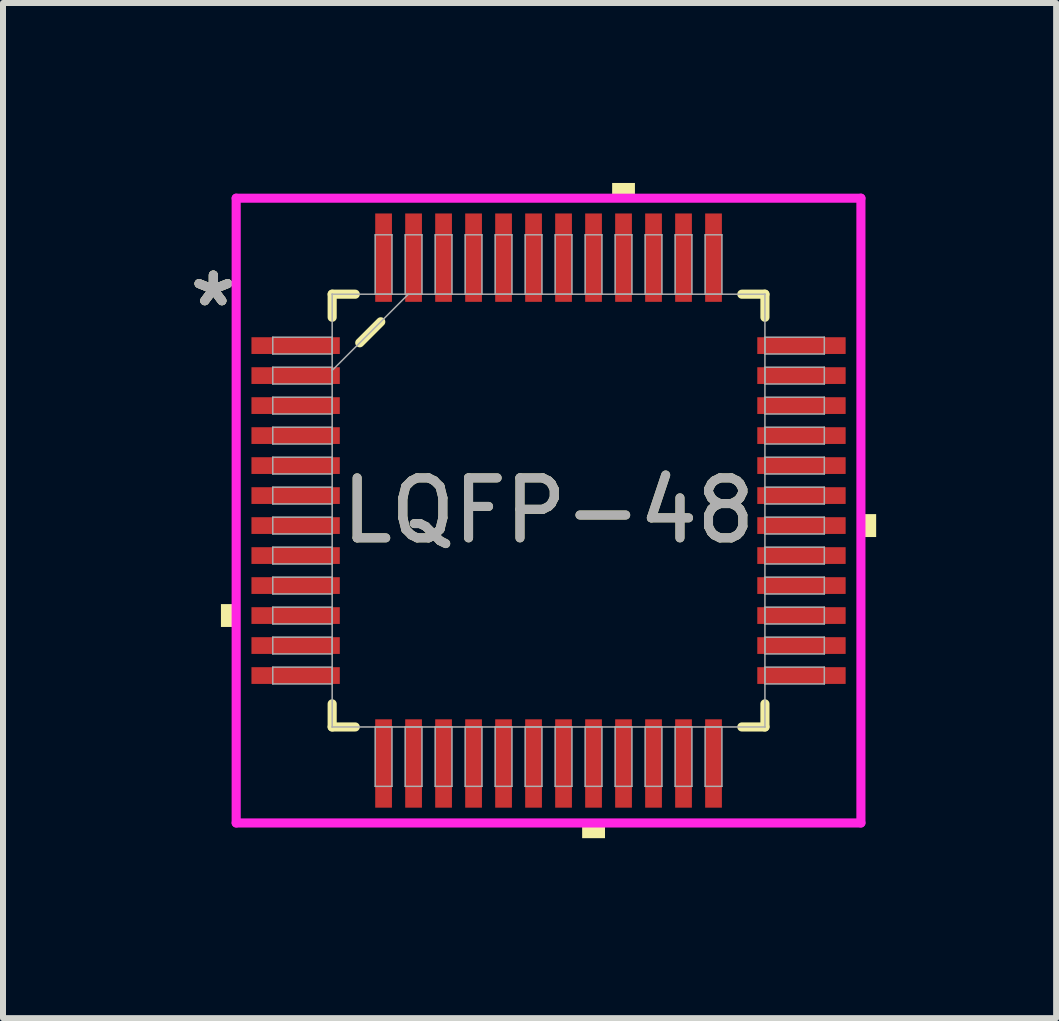
<source format=kicad_pcb>
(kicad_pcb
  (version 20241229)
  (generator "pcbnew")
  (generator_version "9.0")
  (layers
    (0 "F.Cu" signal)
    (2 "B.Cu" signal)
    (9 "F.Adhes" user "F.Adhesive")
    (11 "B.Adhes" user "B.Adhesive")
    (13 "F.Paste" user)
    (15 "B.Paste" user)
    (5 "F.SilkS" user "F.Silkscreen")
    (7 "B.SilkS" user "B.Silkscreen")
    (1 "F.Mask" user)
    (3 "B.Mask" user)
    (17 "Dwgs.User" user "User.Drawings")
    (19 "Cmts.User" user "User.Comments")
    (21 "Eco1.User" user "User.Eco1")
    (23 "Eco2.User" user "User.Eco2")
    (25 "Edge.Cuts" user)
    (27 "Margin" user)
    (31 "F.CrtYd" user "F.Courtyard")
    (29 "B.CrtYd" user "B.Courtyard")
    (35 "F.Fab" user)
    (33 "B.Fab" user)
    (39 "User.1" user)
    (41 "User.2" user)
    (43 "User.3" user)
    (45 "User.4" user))
  (footprint "LQFP-48"
    (layer "F.Cu")
    (at 6.094 5.461)
    (property "Reference" "LQFP-48" (at 0 0 0) (unlocked yes) (layer "F.SilkS") (effects (font (size 1 1) (thickness 0.15))))
    (attr smd)
    (fp_line (start -3.607 -3.607) (end -3.607 -3.222) (stroke (width 0.152) (type solid)) (layer "F.SilkS"))
    (fp_line (start -3.607 3.222) (end -3.607 3.607) (stroke (width 0.152) (type solid)) (layer "F.SilkS"))
    (fp_line (start -3.607 3.607) (end -3.222 3.607) (stroke (width 0.152) (type solid)) (layer "F.SilkS"))
    (fp_line (start -3.222 -3.607) (end -3.607 -3.607) (stroke (width 0.152) (type solid)) (layer "F.SilkS"))
    (fp_line (start -3.147 -2.797) (end -2.797 -3.147) (stroke (width 0.152) (type solid)) (layer "F.SilkS"))
    (fp_line (start 3.222 3.607) (end 3.607 3.607) (stroke (width 0.152) (type solid)) (layer "F.SilkS"))
    (fp_line (start 3.607 -3.607) (end 3.222 -3.607) (stroke (width 0.152) (type solid)) (layer "F.SilkS"))
    (fp_line (start 3.607 -3.222) (end 3.607 -3.607) (stroke (width 0.152) (type solid)) (layer "F.SilkS"))
    (fp_line (start 3.607 3.607) (end 3.607 3.222) (stroke (width 0.152) (type solid)) (layer "F.SilkS"))
    (fp_poly (pts (xy -5.461 1.559) (xy -5.461 1.94) (xy -5.207 1.94) (xy -5.207 1.559)) (stroke (width 0) (type solid)) (fill yes) (layer "F.SilkS"))
    (fp_poly (pts (xy 0.56 5.207) (xy 0.56 5.461) (xy 0.941 5.461) (xy 0.941 5.207)) (stroke (width 0) (type solid)) (fill yes) (layer "F.SilkS"))
    (fp_poly (pts (xy 1.06 -5.207) (xy 1.06 -5.461) (xy 1.44 -5.461) (xy 1.44 -5.207)) (stroke (width 0) (type solid)) (fill yes) (layer "F.SilkS"))
    (fp_poly (pts (xy 5.461 0.059) (xy 5.461 0.441) (xy 5.207 0.441) (xy 5.207 0.059)) (stroke (width 0) (type solid)) (fill yes) (layer "F.SilkS"))
    (fp_line (start -5.207 -5.207) (end 5.207 -5.207) (stroke (width 0.152) (type solid)) (layer "F.CrtYd"))
    (fp_line (start -5.207 5.207) (end -5.207 -5.207) (stroke (width 0.152) (type solid)) (layer "F.CrtYd"))
    (fp_line (start 5.207 -5.207) (end 5.207 5.207) (stroke (width 0.152) (type solid)) (layer "F.CrtYd"))
    (fp_line (start 5.207 5.207) (end -5.207 5.207) (stroke (width 0.152) (type solid)) (layer "F.CrtYd"))
    (fp_line (start -4.597 -2.89) (end -4.597 -2.61) (stroke (width 0.025) (type solid)) (layer "F.Fab"))
    (fp_line (start -4.597 -2.61) (end -3.607 -2.61) (stroke (width 0.025) (type solid)) (layer "F.Fab"))
    (fp_line (start -4.597 -2.39) (end -4.597 -2.11) (stroke (width 0.025) (type solid)) (layer "F.Fab"))
    (fp_line (start -4.597 -2.11) (end -3.607 -2.11) (stroke (width 0.025) (type solid)) (layer "F.Fab"))
    (fp_line (start -4.597 -1.89) (end -4.597 -1.61) (stroke (width 0.025) (type solid)) (layer "F.Fab"))
    (fp_line (start -4.597 -1.61) (end -3.607 -1.61) (stroke (width 0.025) (type solid)) (layer "F.Fab"))
    (fp_line (start -4.597 -1.39) (end -4.597 -1.11) (stroke (width 0.025) (type solid)) (layer "F.Fab"))
    (fp_line (start -4.597 -1.11) (end -3.607 -1.11) (stroke (width 0.025) (type solid)) (layer "F.Fab"))
    (fp_line (start -4.597 -0.89) (end -4.597 -0.61) (stroke (width 0.025) (type solid)) (layer "F.Fab"))
    (fp_line (start -4.597 -0.61) (end -3.607 -0.61) (stroke (width 0.025) (type solid)) (layer "F.Fab"))
    (fp_line (start -4.597 -0.39) (end -4.597 -0.11) (stroke (width 0.025) (type solid)) (layer "F.Fab"))
    (fp_line (start -4.597 -0.11) (end -3.607 -0.11) (stroke (width 0.025) (type solid)) (layer "F.Fab"))
    (fp_line (start -4.597 0.11) (end -4.597 0.39) (stroke (width 0.025) (type solid)) (layer "F.Fab"))
    (fp_line (start -4.597 0.39) (end -3.607 0.39) (stroke (width 0.025) (type solid)) (layer "F.Fab"))
    (fp_line (start -4.597 0.61) (end -4.597 0.89) (stroke (width 0.025) (type solid)) (layer "F.Fab"))
    (fp_line (start -4.597 0.89) (end -3.607 0.89) (stroke (width 0.025) (type solid)) (layer "F.Fab"))
    (fp_line (start -4.597 1.11) (end -4.597 1.39) (stroke (width 0.025) (type solid)) (layer "F.Fab"))
    (fp_line (start -4.597 1.39) (end -3.607 1.39) (stroke (width 0.025) (type solid)) (layer "F.Fab"))
    (fp_line (start -4.597 1.61) (end -4.597 1.89) (stroke (width 0.025) (type solid)) (layer "F.Fab"))
    (fp_line (start -4.597 1.89) (end -3.607 1.89) (stroke (width 0.025) (type solid)) (layer "F.Fab"))
    (fp_line (start -4.597 2.11) (end -4.597 2.39) (stroke (width 0.025) (type solid)) (layer "F.Fab"))
    (fp_line (start -4.597 2.39) (end -3.607 2.39) (stroke (width 0.025) (type solid)) (layer "F.Fab"))
    (fp_line (start -4.597 2.61) (end -4.597 2.89) (stroke (width 0.025) (type solid)) (layer "F.Fab"))
    (fp_line (start -4.597 2.89) (end -3.607 2.89) (stroke (width 0.025) (type solid)) (layer "F.Fab"))
    (fp_line (start -3.607 -3.607) (end -3.607 -3.607) (stroke (width 0.025) (type solid)) (layer "F.Fab"))
    (fp_line (start -3.607 -3.607) (end -3.607 3.607) (stroke (width 0.025) (type solid)) (layer "F.Fab"))
    (fp_line (start -3.607 -2.89) (end -4.597 -2.89) (stroke (width 0.025) (type solid)) (layer "F.Fab"))
    (fp_line (start -3.607 -2.61) (end -3.607 -2.89) (stroke (width 0.025) (type solid)) (layer "F.Fab"))
    (fp_line (start -3.607 -2.39) (end -4.597 -2.39) (stroke (width 0.025) (type solid)) (layer "F.Fab"))
    (fp_line (start -3.607 -2.337) (end -2.337 -3.607) (stroke (width 0.025) (type solid)) (layer "F.Fab"))
    (fp_line (start -3.607 -2.11) (end -3.607 -2.39) (stroke (width 0.025) (type solid)) (layer "F.Fab"))
    (fp_line (start -3.607 -1.89) (end -4.597 -1.89) (stroke (width 0.025) (type solid)) (layer "F.Fab"))
    (fp_line (start -3.607 -1.61) (end -3.607 -1.89) (stroke (width 0.025) (type solid)) (layer "F.Fab"))
    (fp_line (start -3.607 -1.39) (end -4.597 -1.39) (stroke (width 0.025) (type solid)) (layer "F.Fab"))
    (fp_line (start -3.607 -1.11) (end -3.607 -1.39) (stroke (width 0.025) (type solid)) (layer "F.Fab"))
    (fp_line (start -3.607 -0.89) (end -4.597 -0.89) (stroke (width 0.025) (type solid)) (layer "F.Fab"))
    (fp_line (start -3.607 -0.61) (end -3.607 -0.89) (stroke (width 0.025) (type solid)) (layer "F.Fab"))
    (fp_line (start -3.607 -0.39) (end -4.597 -0.39) (stroke (width 0.025) (type solid)) (layer "F.Fab"))
    (fp_line (start -3.607 -0.11) (end -3.607 -0.39) (stroke (width 0.025) (type solid)) (layer "F.Fab"))
    (fp_line (start -3.607 0.11) (end -4.597 0.11) (stroke (width 0.025) (type solid)) (layer "F.Fab"))
    (fp_line (start -3.607 0.39) (end -3.607 0.11) (stroke (width 0.025) (type solid)) (layer "F.Fab"))
    (fp_line (start -3.607 0.61) (end -4.597 0.61) (stroke (width 0.025) (type solid)) (layer "F.Fab"))
    (fp_line (start -3.607 0.89) (end -3.607 0.61) (stroke (width 0.025) (type solid)) (layer "F.Fab"))
    (fp_line (start -3.607 1.11) (end -4.597 1.11) (stroke (width 0.025) (type solid)) (layer "F.Fab"))
    (fp_line (start -3.607 1.39) (end -3.607 1.11) (stroke (width 0.025) (type solid)) (layer "F.Fab"))
    (fp_line (start -3.607 1.61) (end -4.597 1.61) (stroke (width 0.025) (type solid)) (layer "F.Fab"))
    (fp_line (start -3.607 1.89) (end -3.607 1.61) (stroke (width 0.025) (type solid)) (layer "F.Fab"))
    (fp_line (start -3.607 2.11) (end -4.597 2.11) (stroke (width 0.025) (type solid)) (layer "F.Fab"))
    (fp_line (start -3.607 2.39) (end -3.607 2.11) (stroke (width 0.025) (type solid)) (layer "F.Fab"))
    (fp_line (start -3.607 2.61) (end -4.597 2.61) (stroke (width 0.025) (type solid)) (layer "F.Fab"))
    (fp_line (start -3.607 2.89) (end -3.607 2.61) (stroke (width 0.025) (type solid)) (layer "F.Fab"))
    (fp_line (start -3.607 3.607) (end -3.607 3.607) (stroke (width 0.025) (type solid)) (layer "F.Fab"))
    (fp_line (start -3.607 3.607) (end 3.607 3.607) (stroke (width 0.025) (type solid)) (layer "F.Fab"))
    (fp_line (start -2.89 -4.597) (end -2.89 -3.607) (stroke (width 0.025) (type solid)) (layer "F.Fab"))
    (fp_line (start -2.89 -3.607) (end -2.61 -3.607) (stroke (width 0.025) (type solid)) (layer "F.Fab"))
    (fp_line (start -2.89 3.607) (end -2.89 4.597) (stroke (width 0.025) (type solid)) (layer "F.Fab"))
    (fp_line (start -2.89 4.597) (end -2.61 4.597) (stroke (width 0.025) (type solid)) (layer "F.Fab"))
    (fp_line (start -2.61 -4.597) (end -2.89 -4.597) (stroke (width 0.025) (type solid)) (layer "F.Fab"))
    (fp_line (start -2.61 -3.607) (end -2.61 -4.597) (stroke (width 0.025) (type solid)) (layer "F.Fab"))
    (fp_line (start -2.61 3.607) (end -2.89 3.607) (stroke (width 0.025) (type solid)) (layer "F.Fab"))
    (fp_line (start -2.61 4.597) (end -2.61 3.607) (stroke (width 0.025) (type solid)) (layer "F.Fab"))
    (fp_line (start -2.39 -4.597) (end -2.39 -3.607) (stroke (width 0.025) (type solid)) (layer "F.Fab"))
    (fp_line (start -2.39 -3.607) (end -2.11 -3.607) (stroke (width 0.025) (type solid)) (layer "F.Fab"))
    (fp_line (start -2.39 3.607) (end -2.39 4.597) (stroke (width 0.025) (type solid)) (layer "F.Fab"))
    (fp_line (start -2.39 4.597) (end -2.11 4.597) (stroke (width 0.025) (type solid)) (layer "F.Fab"))
    (fp_line (start -2.11 -4.597) (end -2.39 -4.597) (stroke (width 0.025) (type solid)) (layer "F.Fab"))
    (fp_line (start -2.11 -3.607) (end -2.11 -4.597) (stroke (width 0.025) (type solid)) (layer "F.Fab"))
    (fp_line (start -2.11 3.607) (end -2.39 3.607) (stroke (width 0.025) (type solid)) (layer "F.Fab"))
    (fp_line (start -2.11 4.597) (end -2.11 3.607) (stroke (width 0.025) (type solid)) (layer "F.Fab"))
    (fp_line (start -1.89 -4.597) (end -1.89 -3.607) (stroke (width 0.025) (type solid)) (layer "F.Fab"))
    (fp_line (start -1.89 -3.607) (end -1.61 -3.607) (stroke (width 0.025) (type solid)) (layer "F.Fab"))
    (fp_line (start -1.89 3.607) (end -1.89 4.597) (stroke (width 0.025) (type solid)) (layer "F.Fab"))
    (fp_line (start -1.89 4.597) (end -1.61 4.597) (stroke (width 0.025) (type solid)) (layer "F.Fab"))
    (fp_line (start -1.61 -4.597) (end -1.89 -4.597) (stroke (width 0.025) (type solid)) (layer "F.Fab"))
    (fp_line (start -1.61 -3.607) (end -1.61 -4.597) (stroke (width 0.025) (type solid)) (layer "F.Fab"))
    (fp_line (start -1.61 3.607) (end -1.89 3.607) (stroke (width 0.025) (type solid)) (layer "F.Fab"))
    (fp_line (start -1.61 4.597) (end -1.61 3.607) (stroke (width 0.025) (type solid)) (layer "F.Fab"))
    (fp_line (start -1.39 -4.597) (end -1.39 -3.607) (stroke (width 0.025) (type solid)) (layer "F.Fab"))
    (fp_line (start -1.39 -3.607) (end -1.11 -3.607) (stroke (width 0.025) (type solid)) (layer "F.Fab"))
    (fp_line (start -1.39 3.607) (end -1.39 4.597) (stroke (width 0.025) (type solid)) (layer "F.Fab"))
    (fp_line (start -1.39 4.597) (end -1.11 4.597) (stroke (width 0.025) (type solid)) (layer "F.Fab"))
    (fp_line (start -1.11 -4.597) (end -1.39 -4.597) (stroke (width 0.025) (type solid)) (layer "F.Fab"))
    (fp_line (start -1.11 -3.607) (end -1.11 -4.597) (stroke (width 0.025) (type solid)) (layer "F.Fab"))
    (fp_line (start -1.11 3.607) (end -1.39 3.607) (stroke (width 0.025) (type solid)) (layer "F.Fab"))
    (fp_line (start -1.11 4.597) (end -1.11 3.607) (stroke (width 0.025) (type solid)) (layer "F.Fab"))
    (fp_line (start -0.89 -4.597) (end -0.89 -3.607) (stroke (width 0.025) (type solid)) (layer "F.Fab"))
    (fp_line (start -0.89 -3.607) (end -0.61 -3.607) (stroke (width 0.025) (type solid)) (layer "F.Fab"))
    (fp_line (start -0.89 3.607) (end -0.89 4.597) (stroke (width 0.025) (type solid)) (layer "F.Fab"))
    (fp_line (start -0.89 4.597) (end -0.61 4.597) (stroke (width 0.025) (type solid)) (layer "F.Fab"))
    (fp_line (start -0.61 -4.597) (end -0.89 -4.597) (stroke (width 0.025) (type solid)) (layer "F.Fab"))
    (fp_line (start -0.61 -3.607) (end -0.61 -4.597) (stroke (width 0.025) (type solid)) (layer "F.Fab"))
    (fp_line (start -0.61 3.607) (end -0.89 3.607) (stroke (width 0.025) (type solid)) (layer "F.Fab"))
    (fp_line (start -0.61 4.597) (end -0.61 3.607) (stroke (width 0.025) (type solid)) (layer "F.Fab"))
    (fp_line (start -0.39 -4.597) (end -0.39 -3.607) (stroke (width 0.025) (type solid)) (layer "F.Fab"))
    (fp_line (start -0.39 -3.607) (end -0.11 -3.607) (stroke (width 0.025) (type solid)) (layer "F.Fab"))
    (fp_line (start -0.39 3.607) (end -0.39 4.597) (stroke (width 0.025) (type solid)) (layer "F.Fab"))
    (fp_line (start -0.39 4.597) (end -0.11 4.597) (stroke (width 0.025) (type solid)) (layer "F.Fab"))
    (fp_line (start -0.11 -4.597) (end -0.39 -4.597) (stroke (width 0.025) (type solid)) (layer "F.Fab"))
    (fp_line (start -0.11 -3.607) (end -0.11 -4.597) (stroke (width 0.025) (type solid)) (layer "F.Fab"))
    (fp_line (start -0.11 3.607) (end -0.39 3.607) (stroke (width 0.025) (type solid)) (layer "F.Fab"))
    (fp_line (start -0.11 4.597) (end -0.11 3.607) (stroke (width 0.025) (type solid)) (layer "F.Fab"))
    (fp_line (start 0.11 -4.597) (end 0.11 -3.607) (stroke (width 0.025) (type solid)) (layer "F.Fab"))
    (fp_line (start 0.11 -3.607) (end 0.39 -3.607) (stroke (width 0.025) (type solid)) (layer "F.Fab"))
    (fp_line (start 0.11 3.607) (end 0.11 4.597) (stroke (width 0.025) (type solid)) (layer "F.Fab"))
    (fp_line (start 0.11 4.597) (end 0.39 4.597) (stroke (width 0.025) (type solid)) (layer "F.Fab"))
    (fp_line (start 0.39 -4.597) (end 0.11 -4.597) (stroke (width 0.025) (type solid)) (layer "F.Fab"))
    (fp_line (start 0.39 -3.607) (end 0.39 -4.597) (stroke (width 0.025) (type solid)) (layer "F.Fab"))
    (fp_line (start 0.39 3.607) (end 0.11 3.607) (stroke (width 0.025) (type solid)) (layer "F.Fab"))
    (fp_line (start 0.39 4.597) (end 0.39 3.607) (stroke (width 0.025) (type solid)) (layer "F.Fab"))
    (fp_line (start 0.61 -4.597) (end 0.61 -3.607) (stroke (width 0.025) (type solid)) (layer "F.Fab"))
    (fp_line (start 0.61 -3.607) (end 0.89 -3.607) (stroke (width 0.025) (type solid)) (layer "F.Fab"))
    (fp_line (start 0.61 3.607) (end 0.61 4.597) (stroke (width 0.025) (type solid)) (layer "F.Fab"))
    (fp_line (start 0.61 4.597) (end 0.89 4.597) (stroke (width 0.025) (type solid)) (layer "F.Fab"))
    (fp_line (start 0.89 -4.597) (end 0.61 -4.597) (stroke (width 0.025) (type solid)) (layer "F.Fab"))
    (fp_line (start 0.89 -3.607) (end 0.89 -4.597) (stroke (width 0.025) (type solid)) (layer "F.Fab"))
    (fp_line (start 0.89 3.607) (end 0.61 3.607) (stroke (width 0.025) (type solid)) (layer "F.Fab"))
    (fp_line (start 0.89 4.597) (end 0.89 3.607) (stroke (width 0.025) (type solid)) (layer "F.Fab"))
    (fp_line (start 1.11 -4.597) (end 1.11 -3.607) (stroke (width 0.025) (type solid)) (layer "F.Fab"))
    (fp_line (start 1.11 -3.607) (end 1.39 -3.607) (stroke (width 0.025) (type solid)) (layer "F.Fab"))
    (fp_line (start 1.11 3.607) (end 1.11 4.597) (stroke (width 0.025) (type solid)) (layer "F.Fab"))
    (fp_line (start 1.11 4.597) (end 1.39 4.597) (stroke (width 0.025) (type solid)) (layer "F.Fab"))
    (fp_line (start 1.39 -4.597) (end 1.11 -4.597) (stroke (width 0.025) (type solid)) (layer "F.Fab"))
    (fp_line (start 1.39 -3.607) (end 1.39 -4.597) (stroke (width 0.025) (type solid)) (layer "F.Fab"))
    (fp_line (start 1.39 3.607) (end 1.11 3.607) (stroke (width 0.025) (type solid)) (layer "F.Fab"))
    (fp_line (start 1.39 4.597) (end 1.39 3.607) (stroke (width 0.025) (type solid)) (layer "F.Fab"))
    (fp_line (start 1.61 -4.597) (end 1.61 -3.607) (stroke (width 0.025) (type solid)) (layer "F.Fab"))
    (fp_line (start 1.61 -3.607) (end 1.89 -3.607) (stroke (width 0.025) (type solid)) (layer "F.Fab"))
    (fp_line (start 1.61 3.607) (end 1.61 4.597) (stroke (width 0.025) (type solid)) (layer "F.Fab"))
    (fp_line (start 1.61 4.597) (end 1.89 4.597) (stroke (width 0.025) (type solid)) (layer "F.Fab"))
    (fp_line (start 1.89 -4.597) (end 1.61 -4.597) (stroke (width 0.025) (type solid)) (layer "F.Fab"))
    (fp_line (start 1.89 -3.607) (end 1.89 -4.597) (stroke (width 0.025) (type solid)) (layer "F.Fab"))
    (fp_line (start 1.89 3.607) (end 1.61 3.607) (stroke (width 0.025) (type solid)) (layer "F.Fab"))
    (fp_line (start 1.89 4.597) (end 1.89 3.607) (stroke (width 0.025) (type solid)) (layer "F.Fab"))
    (fp_line (start 2.11 -4.597) (end 2.11 -3.607) (stroke (width 0.025) (type solid)) (layer "F.Fab"))
    (fp_line (start 2.11 -3.607) (end 2.39 -3.607) (stroke (width 0.025) (type solid)) (layer "F.Fab"))
    (fp_line (start 2.11 3.607) (end 2.11 4.597) (stroke (width 0.025) (type solid)) (layer "F.Fab"))
    (fp_line (start 2.11 4.597) (end 2.39 4.597) (stroke (width 0.025) (type solid)) (layer "F.Fab"))
    (fp_line (start 2.39 -4.597) (end 2.11 -4.597) (stroke (width 0.025) (type solid)) (layer "F.Fab"))
    (fp_line (start 2.39 -3.607) (end 2.39 -4.597) (stroke (width 0.025) (type solid)) (layer "F.Fab"))
    (fp_line (start 2.39 3.607) (end 2.11 3.607) (stroke (width 0.025) (type solid)) (layer "F.Fab"))
    (fp_line (start 2.39 4.597) (end 2.39 3.607) (stroke (width 0.025) (type solid)) (layer "F.Fab"))
    (fp_line (start 2.61 -4.597) (end 2.61 -3.607) (stroke (width 0.025) (type solid)) (layer "F.Fab"))
    (fp_line (start 2.61 -3.607) (end 2.89 -3.607) (stroke (width 0.025) (type solid)) (layer "F.Fab"))
    (fp_line (start 2.61 3.607) (end 2.61 4.597) (stroke (width 0.025) (type solid)) (layer "F.Fab"))
    (fp_line (start 2.61 4.597) (end 2.89 4.597) (stroke (width 0.025) (type solid)) (layer "F.Fab"))
    (fp_line (start 2.89 -4.597) (end 2.61 -4.597) (stroke (width 0.025) (type solid)) (layer "F.Fab"))
    (fp_line (start 2.89 -3.607) (end 2.89 -4.597) (stroke (width 0.025) (type solid)) (layer "F.Fab"))
    (fp_line (start 2.89 3.607) (end 2.61 3.607) (stroke (width 0.025) (type solid)) (layer "F.Fab"))
    (fp_line (start 2.89 4.597) (end 2.89 3.607) (stroke (width 0.025) (type solid)) (layer "F.Fab"))
    (fp_line (start 3.607 -3.607) (end -3.607 -3.607) (stroke (width 0.025) (type solid)) (layer "F.Fab"))
    (fp_line (start 3.607 -3.607) (end 3.607 -3.607) (stroke (width 0.025) (type solid)) (layer "F.Fab"))
    (fp_line (start 3.607 -2.89) (end 3.607 -2.61) (stroke (width 0.025) (type solid)) (layer "F.Fab"))
    (fp_line (start 3.607 -2.61) (end 4.597 -2.61) (stroke (width 0.025) (type solid)) (layer "F.Fab"))
    (fp_line (start 3.607 -2.39) (end 3.607 -2.11) (stroke (width 0.025) (type solid)) (layer "F.Fab"))
    (fp_line (start 3.607 -2.11) (end 4.597 -2.11) (stroke (width 0.025) (type solid)) (layer "F.Fab"))
    (fp_line (start 3.607 -1.89) (end 3.607 -1.61) (stroke (width 0.025) (type solid)) (layer "F.Fab"))
    (fp_line (start 3.607 -1.61) (end 4.597 -1.61) (stroke (width 0.025) (type solid)) (layer "F.Fab"))
    (fp_line (start 3.607 -1.39) (end 3.607 -1.11) (stroke (width 0.025) (type solid)) (layer "F.Fab"))
    (fp_line (start 3.607 -1.11) (end 4.597 -1.11) (stroke (width 0.025) (type solid)) (layer "F.Fab"))
    (fp_line (start 3.607 -0.89) (end 3.607 -0.61) (stroke (width 0.025) (type solid)) (layer "F.Fab"))
    (fp_line (start 3.607 -0.61) (end 4.597 -0.61) (stroke (width 0.025) (type solid)) (layer "F.Fab"))
    (fp_line (start 3.607 -0.39) (end 3.607 -0.11) (stroke (width 0.025) (type solid)) (layer "F.Fab"))
    (fp_line (start 3.607 -0.11) (end 4.597 -0.11) (stroke (width 0.025) (type solid)) (layer "F.Fab"))
    (fp_line (start 3.607 0.11) (end 3.607 0.39) (stroke (width 0.025) (type solid)) (layer "F.Fab"))
    (fp_line (start 3.607 0.39) (end 4.597 0.39) (stroke (width 0.025) (type solid)) (layer "F.Fab"))
    (fp_line (start 3.607 0.61) (end 3.607 0.89) (stroke (width 0.025) (type solid)) (layer "F.Fab"))
    (fp_line (start 3.607 0.89) (end 4.597 0.89) (stroke (width 0.025) (type solid)) (layer "F.Fab"))
    (fp_line (start 3.607 1.11) (end 3.607 1.39) (stroke (width 0.025) (type solid)) (layer "F.Fab"))
    (fp_line (start 3.607 1.39) (end 4.597 1.39) (stroke (width 0.025) (type solid)) (layer "F.Fab"))
    (fp_line (start 3.607 1.61) (end 3.607 1.89) (stroke (width 0.025) (type solid)) (layer "F.Fab"))
    (fp_line (start 3.607 1.89) (end 4.597 1.89) (stroke (width 0.025) (type solid)) (layer "F.Fab"))
    (fp_line (start 3.607 2.11) (end 3.607 2.39) (stroke (width 0.025) (type solid)) (layer "F.Fab"))
    (fp_line (start 3.607 2.39) (end 4.597 2.39) (stroke (width 0.025) (type solid)) (layer "F.Fab"))
    (fp_line (start 3.607 2.61) (end 3.607 2.89) (stroke (width 0.025) (type solid)) (layer "F.Fab"))
    (fp_line (start 3.607 2.89) (end 4.597 2.89) (stroke (width 0.025) (type solid)) (layer "F.Fab"))
    (fp_line (start 3.607 3.607) (end 3.607 -3.607) (stroke (width 0.025) (type solid)) (layer "F.Fab"))
    (fp_line (start 3.607 3.607) (end 3.607 3.607) (stroke (width 0.025) (type solid)) (layer "F.Fab"))
    (fp_line (start 4.597 -2.89) (end 3.607 -2.89) (stroke (width 0.025) (type solid)) (layer "F.Fab"))
    (fp_line (start 4.597 -2.61) (end 4.597 -2.89) (stroke (width 0.025) (type solid)) (layer "F.Fab"))
    (fp_line (start 4.597 -2.39) (end 3.607 -2.39) (stroke (width 0.025) (type solid)) (layer "F.Fab"))
    (fp_line (start 4.597 -2.11) (end 4.597 -2.39) (stroke (width 0.025) (type solid)) (layer "F.Fab"))
    (fp_line (start 4.597 -1.89) (end 3.607 -1.89) (stroke (width 0.025) (type solid)) (layer "F.Fab"))
    (fp_line (start 4.597 -1.61) (end 4.597 -1.89) (stroke (width 0.025) (type solid)) (layer "F.Fab"))
    (fp_line (start 4.597 -1.39) (end 3.607 -1.39) (stroke (width 0.025) (type solid)) (layer "F.Fab"))
    (fp_line (start 4.597 -1.11) (end 4.597 -1.39) (stroke (width 0.025) (type solid)) (layer "F.Fab"))
    (fp_line (start 4.597 -0.89) (end 3.607 -0.89) (stroke (width 0.025) (type solid)) (layer "F.Fab"))
    (fp_line (start 4.597 -0.61) (end 4.597 -0.89) (stroke (width 0.025) (type solid)) (layer "F.Fab"))
    (fp_line (start 4.597 -0.39) (end 3.607 -0.39) (stroke (width 0.025) (type solid)) (layer "F.Fab"))
    (fp_line (start 4.597 -0.11) (end 4.597 -0.39) (stroke (width 0.025) (type solid)) (layer "F.Fab"))
    (fp_line (start 4.597 0.11) (end 3.607 0.11) (stroke (width 0.025) (type solid)) (layer "F.Fab"))
    (fp_line (start 4.597 0.39) (end 4.597 0.11) (stroke (width 0.025) (type solid)) (layer "F.Fab"))
    (fp_line (start 4.597 0.61) (end 3.607 0.61) (stroke (width 0.025) (type solid)) (layer "F.Fab"))
    (fp_line (start 4.597 0.89) (end 4.597 0.61) (stroke (width 0.025) (type solid)) (layer "F.Fab"))
    (fp_line (start 4.597 1.11) (end 3.607 1.11) (stroke (width 0.025) (type solid)) (layer "F.Fab"))
    (fp_line (start 4.597 1.39) (end 4.597 1.11) (stroke (width 0.025) (type solid)) (layer "F.Fab"))
    (fp_line (start 4.597 1.61) (end 3.607 1.61) (stroke (width 0.025) (type solid)) (layer "F.Fab"))
    (fp_line (start 4.597 1.89) (end 4.597 1.61) (stroke (width 0.025) (type solid)) (layer "F.Fab"))
    (fp_line (start 4.597 2.11) (end 3.607 2.11) (stroke (width 0.025) (type solid)) (layer "F.Fab"))
    (fp_line (start 4.597 2.39) (end 4.597 2.11) (stroke (width 0.025) (type solid)) (layer "F.Fab"))
    (fp_line (start 4.597 2.61) (end 3.607 2.61) (stroke (width 0.025) (type solid)) (layer "F.Fab"))
    (fp_line (start 4.597 2.89) (end 4.597 2.61) (stroke (width 0.025) (type solid)) (layer "F.Fab"))
    (fp_text user "*" (at -5.588 -3.381 0) (unlocked yes) (layer "F.SilkS") (effects (font (size 1 1) (thickness 0.15))))
    (fp_text user "*" (at -5.588 -3.381 0) (layer "F.SilkS") (effects (font (size 1 1) (thickness 0.15))))
    (fp_text user "*" (at -5.588 -3.381 0) (layer "F.Fab") (effects (font (size 1 1) (thickness 0.15))))
    (fp_text user "${REFERENCE}" (at 0 0 0) (unlocked yes) (layer "F.Fab") (effects (font (size 1 1) (thickness 0.15))))
    (fp_text user "*" (at -5.588 -3.381 0) (unlocked yes) (layer "F.Fab") (effects (font (size 1 1) (thickness 0.15))))
    (pad "1" smd rect (at -4.216 -2.75 90) (size 0.279 1.473) (layers "F.Cu" "F.Mask" "F.Paste"))
    (pad "2" smd rect (at -4.216 -2.25 90) (size 0.279 1.473) (layers "F.Cu" "F.Mask" "F.Paste"))
    (pad "3" smd rect (at -4.216 -1.75 90) (size 0.279 1.473) (layers "F.Cu" "F.Mask" "F.Paste"))
    (pad "4" smd rect (at -4.216 -1.25 90) (size 0.279 1.473) (layers "F.Cu" "F.Mask" "F.Paste"))
    (pad "5" smd rect (at -4.216 -0.75 90) (size 0.279 1.473) (layers "F.Cu" "F.Mask" "F.Paste"))
    (pad "6" smd rect (at -4.216 -0.25 90) (size 0.279 1.473) (layers "F.Cu" "F.Mask" "F.Paste"))
    (pad "7" smd rect (at -4.216 0.25 90) (size 0.279 1.473) (layers "F.Cu" "F.Mask" "F.Paste"))
    (pad "8" smd rect (at -4.216 0.75 90) (size 0.279 1.473) (layers "F.Cu" "F.Mask" "F.Paste"))
    (pad "9" smd rect (at -4.216 1.25 90) (size 0.279 1.473) (layers "F.Cu" "F.Mask" "F.Paste"))
    (pad "10" smd rect (at -4.216 1.75 90) (size 0.279 1.473) (layers "F.Cu" "F.Mask" "F.Paste"))
    (pad "11" smd rect (at -4.216 2.25 90) (size 0.279 1.473) (layers "F.Cu" "F.Mask" "F.Paste"))
    (pad "12" smd rect (at -4.216 2.75 90) (size 0.279 1.473) (layers "F.Cu" "F.Mask" "F.Paste"))
    (pad "13" smd rect (at -2.75 4.216) (size 0.279 1.473) (layers "F.Cu" "F.Mask" "F.Paste"))
    (pad "14" smd rect (at -2.25 4.216) (size 0.279 1.473) (layers "F.Cu" "F.Mask" "F.Paste"))
    (pad "15" smd rect (at -1.75 4.216) (size 0.279 1.473) (layers "F.Cu" "F.Mask" "F.Paste"))
    (pad "16" smd rect (at -1.25 4.216) (size 0.279 1.473) (layers "F.Cu" "F.Mask" "F.Paste"))
    (pad "17" smd rect (at -0.75 4.216) (size 0.279 1.473) (layers "F.Cu" "F.Mask" "F.Paste"))
    (pad "18" smd rect (at -0.25 4.216) (size 0.279 1.473) (layers "F.Cu" "F.Mask" "F.Paste"))
    (pad "19" smd rect (at 0.25 4.216) (size 0.279 1.473) (layers "F.Cu" "F.Mask" "F.Paste"))
    (pad "20" smd rect (at 0.75 4.216) (size 0.279 1.473) (layers "F.Cu" "F.Mask" "F.Paste"))
    (pad "21" smd rect (at 1.25 4.216) (size 0.279 1.473) (layers "F.Cu" "F.Mask" "F.Paste"))
    (pad "22" smd rect (at 1.75 4.216) (size 0.279 1.473) (layers "F.Cu" "F.Mask" "F.Paste"))
    (pad "23" smd rect (at 2.25 4.216) (size 0.279 1.473) (layers "F.Cu" "F.Mask" "F.Paste"))
    (pad "24" smd rect (at 2.75 4.216) (size 0.279 1.473) (layers "F.Cu" "F.Mask" "F.Paste"))
    (pad "25" smd rect (at 4.216 2.75 90) (size 0.279 1.473) (layers "F.Cu" "F.Mask" "F.Paste"))
    (pad "26" smd rect (at 4.216 2.25 90) (size 0.279 1.473) (layers "F.Cu" "F.Mask" "F.Paste"))
    (pad "27" smd rect (at 4.216 1.75 90) (size 0.279 1.473) (layers "F.Cu" "F.Mask" "F.Paste"))
    (pad "28" smd rect (at 4.216 1.25 90) (size 0.279 1.473) (layers "F.Cu" "F.Mask" "F.Paste"))
    (pad "29" smd rect (at 4.216 0.75 90) (size 0.279 1.473) (layers "F.Cu" "F.Mask" "F.Paste"))
    (pad "30" smd rect (at 4.216 0.25 90) (size 0.279 1.473) (layers "F.Cu" "F.Mask" "F.Paste"))
    (pad "31" smd rect (at 4.216 -0.25 90) (size 0.279 1.473) (layers "F.Cu" "F.Mask" "F.Paste"))
    (pad "32" smd rect (at 4.216 -0.75 90) (size 0.279 1.473) (layers "F.Cu" "F.Mask" "F.Paste"))
    (pad "33" smd rect (at 4.216 -1.25 90) (size 0.279 1.473) (layers "F.Cu" "F.Mask" "F.Paste"))
    (pad "34" smd rect (at 4.216 -1.75 90) (size 0.279 1.473) (layers "F.Cu" "F.Mask" "F.Paste"))
    (pad "35" smd rect (at 4.216 -2.25 90) (size 0.279 1.473) (layers "F.Cu" "F.Mask" "F.Paste"))
    (pad "36" smd rect (at 4.216 -2.75 90) (size 0.279 1.473) (layers "F.Cu" "F.Mask" "F.Paste"))
    (pad "37" smd rect (at 2.75 -4.216) (size 0.279 1.473) (layers "F.Cu" "F.Mask" "F.Paste"))
    (pad "38" smd rect (at 2.25 -4.216) (size 0.279 1.473) (layers "F.Cu" "F.Mask" "F.Paste"))
    (pad "39" smd rect (at 1.75 -4.216) (size 0.279 1.473) (layers "F.Cu" "F.Mask" "F.Paste"))
    (pad "40" smd rect (at 1.25 -4.216) (size 0.279 1.473) (layers "F.Cu" "F.Mask" "F.Paste"))
    (pad "41" smd rect (at 0.75 -4.216) (size 0.279 1.473) (layers "F.Cu" "F.Mask" "F.Paste"))
    (pad "42" smd rect (at 0.25 -4.216) (size 0.279 1.473) (layers "F.Cu" "F.Mask" "F.Paste"))
    (pad "43" smd rect (at -0.25 -4.216) (size 0.279 1.473) (layers "F.Cu" "F.Mask" "F.Paste"))
    (pad "44" smd rect (at -0.75 -4.216) (size 0.279 1.473) (layers "F.Cu" "F.Mask" "F.Paste"))
    (pad "45" smd rect (at -1.25 -4.216) (size 0.279 1.473) (layers "F.Cu" "F.Mask" "F.Paste"))
    (pad "46" smd rect (at -1.75 -4.216) (size 0.279 1.473) (layers "F.Cu" "F.Mask" "F.Paste"))
    (pad "47" smd rect (at -2.25 -4.216) (size 0.279 1.473) (layers "F.Cu" "F.Mask" "F.Paste"))
    (pad "48" smd rect (at -2.75 -4.216) (size 0.279 1.473) (layers "F.Cu" "F.Mask" "F.Paste")))
  (gr_rect
    (start -3 -3)
    (end 14.555 13.922)
    (stroke (width 0.1) (type default))
    (fill no)
    (layer "Edge.Cuts")))
</source>
